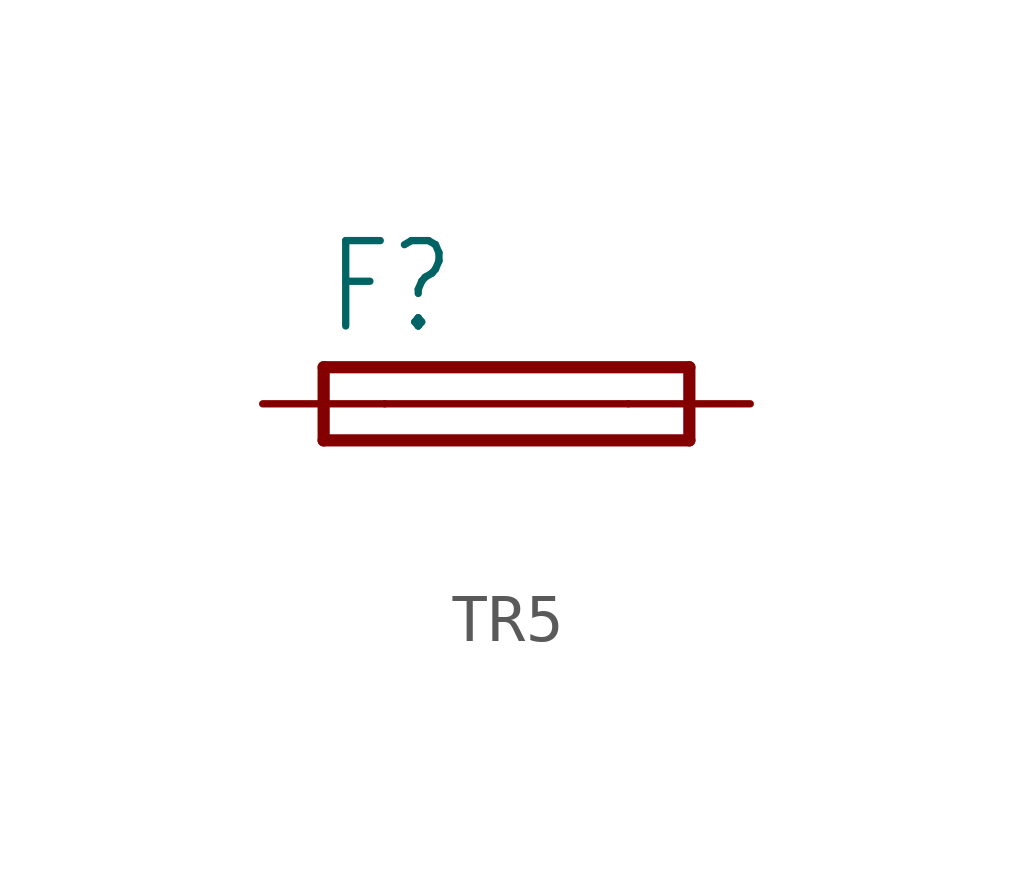
<source format=kicad_sym>
(kicad_symbol_lib
  (version 20220914)
  (generator kicad_symbol_editor)
  (symbol "TR5"
    (property "Reference" "F"
      (at -3.81 1.397 0)
      (effects (font (size 1.778 1.511)) (justify left bottom)))
    (property "Value" ""
      (at -3.81 -2.921 0)
      (effects (font (size 1.778 1.511)) (justify left bottom)))
    (property "ki_locked" ""
      (at 0 0 0)
      (effects (font (size 1.27 1.27))))
    (symbol "TR5_1_0"
      (polyline (pts (xy -3.81 -0.762) (xy 3.81 -0.762)) (stroke (width 0.254) (type solid)) (fill (type none)))
      (polyline (pts (xy -3.81 0.762) (xy -3.81 -0.762)) (stroke (width 0.254) (type solid)) (fill (type none)))
      (polyline (pts (xy -2.54 0) (xy 2.54 0)) (stroke (width 0.152) (type solid)) (fill (type none)))
      (polyline (pts (xy 3.81 -0.762) (xy 3.81 0.762)) (stroke (width 0.254) (type solid)) (fill (type none)))
      (polyline (pts (xy 3.81 0.762) (xy -3.81 0.762)) (stroke (width 0.254) (type solid)) (fill (type none)))
      (pin passive line (at -5.08 0 0) (length 2.54) (name "1" (effects (font (size 0 0)))) (number "1" (effects (font (size 0 0)))))
      (pin passive line (at 5.08 0 180) (length 2.54) (name "2" (effects (font (size 0 0)))) (number "2" (effects (font (size 0 0))))))))
</source>
